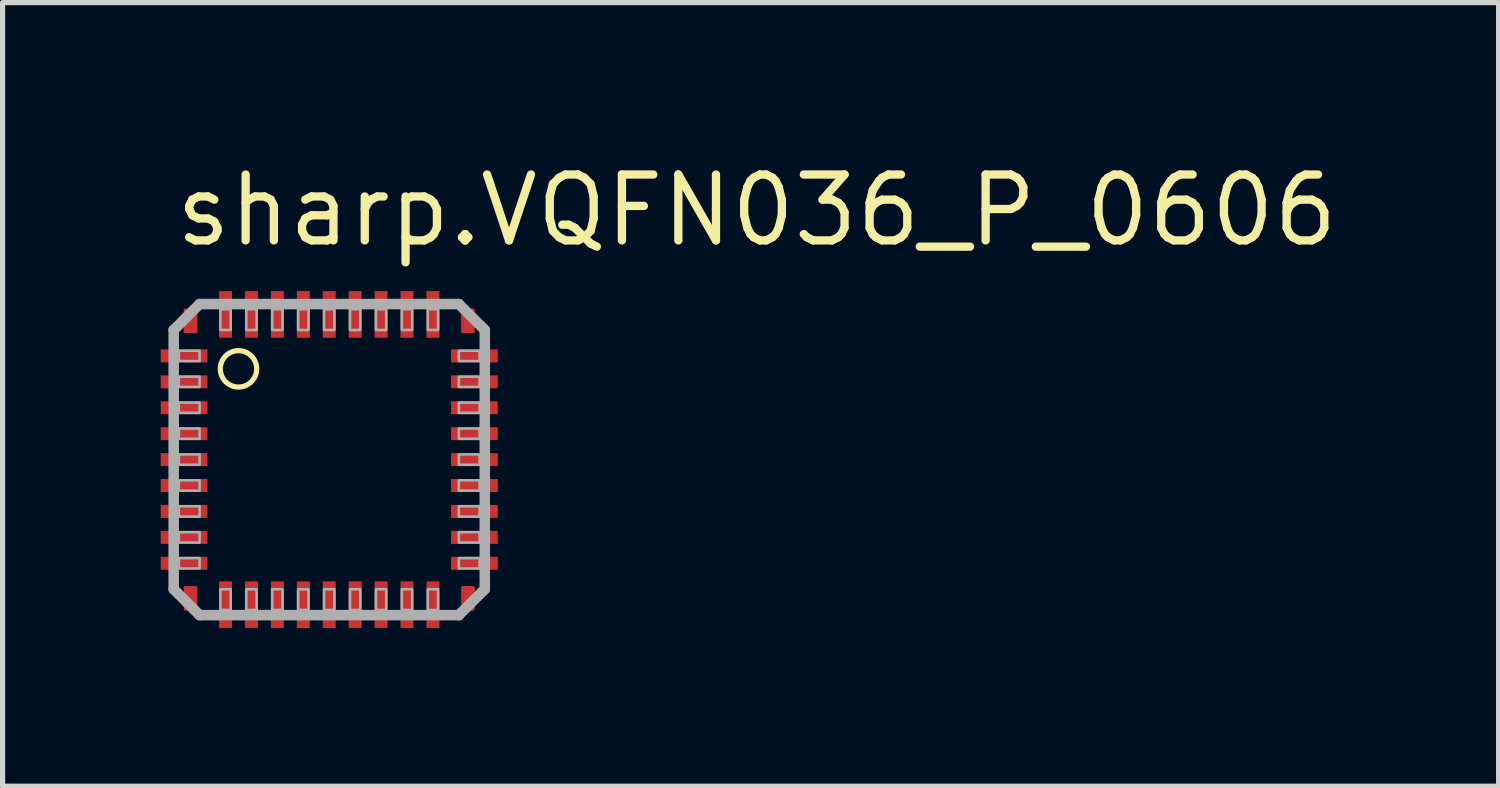
<source format=kicad_pcb>
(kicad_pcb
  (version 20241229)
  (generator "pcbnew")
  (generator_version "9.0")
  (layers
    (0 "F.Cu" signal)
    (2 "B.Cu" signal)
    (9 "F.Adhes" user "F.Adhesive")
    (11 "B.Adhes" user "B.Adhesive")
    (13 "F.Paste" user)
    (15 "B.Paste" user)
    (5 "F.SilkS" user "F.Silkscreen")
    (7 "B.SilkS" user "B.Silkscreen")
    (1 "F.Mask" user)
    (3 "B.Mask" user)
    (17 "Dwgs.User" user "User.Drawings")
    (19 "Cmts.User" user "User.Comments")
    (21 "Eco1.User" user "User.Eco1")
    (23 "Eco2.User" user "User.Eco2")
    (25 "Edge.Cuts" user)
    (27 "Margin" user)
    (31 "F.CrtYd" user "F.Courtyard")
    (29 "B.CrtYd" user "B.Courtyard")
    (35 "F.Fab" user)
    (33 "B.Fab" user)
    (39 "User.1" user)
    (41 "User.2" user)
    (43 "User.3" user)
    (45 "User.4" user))
  (footprint "sharp.VQFN036_P_0606"
    (layer "F.Cu")
    (at 3.3 5.814)
    (property "Reference" "sharp.VQFN036_P_0606" (at -3.048 -4.064 0) (layer "F.SilkS") (effects (font (size 1.27 1.27) (thickness 0.16)) (justify left bottom)))
    (attr smd)
    (fp_rect (start -2.781 2.887) (end -2.569 2.463) (stroke (width 0.05) (type default)) (fill yes) (layer "F.Cu"))
    (fp_rect (start -2.781 -2.463) (end -2.569 -2.887) (stroke (width 0.05) (type default)) (fill yes) (layer "F.Cu"))
    (fp_rect (start 2.569 2.887) (end 2.781 2.463) (stroke (width 0.05) (type default)) (fill yes) (layer "F.Cu"))
    (fp_rect (start 2.569 -2.463) (end 2.781 -2.887) (stroke (width 0.05) (type default)) (fill yes) (layer "F.Cu"))
    (fp_rect (start -3.275 -1.85) (end -2.325 -2.15) (stroke (width 0.05) (type default)) (fill yes) (layer "F.Mask"))
    (fp_rect (start -3.275 -1.35) (end -2.325 -1.65) (stroke (width 0.05) (type default)) (fill yes) (layer "F.Mask"))
    (fp_rect (start -3.275 -0.85) (end -2.325 -1.15) (stroke (width 0.05) (type default)) (fill yes) (layer "F.Mask"))
    (fp_rect (start -3.275 -0.35) (end -2.325 -0.65) (stroke (width 0.05) (type default)) (fill yes) (layer "F.Mask"))
    (fp_rect (start -3.275 0.15) (end -2.325 -0.15) (stroke (width 0.05) (type default)) (fill yes) (layer "F.Mask"))
    (fp_rect (start -3.275 0.65) (end -2.325 0.35) (stroke (width 0.05) (type default)) (fill yes) (layer "F.Mask"))
    (fp_rect (start -3.275 1.15) (end -2.325 0.85) (stroke (width 0.05) (type default)) (fill yes) (layer "F.Mask"))
    (fp_rect (start -3.275 1.65) (end -2.325 1.35) (stroke (width 0.05) (type default)) (fill yes) (layer "F.Mask"))
    (fp_rect (start -3.275 2.15) (end -2.325 1.85) (stroke (width 0.05) (type default)) (fill yes) (layer "F.Mask"))
    (fp_rect (start -2.799 -2.445) (end -2.551 -2.905) (stroke (width 0.05) (type default)) (fill yes) (layer "F.Mask"))
    (fp_rect (start -2.799 2.905) (end -2.551 2.445) (stroke (width 0.05) (type default)) (fill yes) (layer "F.Mask"))
    (fp_rect (start -2.15 -2.325) (end -1.85 -3.275) (stroke (width 0.05) (type default)) (fill yes) (layer "F.Mask"))
    (fp_rect (start -2.15 3.275) (end -1.85 2.325) (stroke (width 0.05) (type default)) (fill yes) (layer "F.Mask"))
    (fp_rect (start -1.65 -2.325) (end -1.35 -3.275) (stroke (width 0.05) (type default)) (fill yes) (layer "F.Mask"))
    (fp_rect (start -1.65 3.275) (end -1.35 2.325) (stroke (width 0.05) (type default)) (fill yes) (layer "F.Mask"))
    (fp_rect (start -1.15 -2.325) (end -0.85 -3.275) (stroke (width 0.05) (type default)) (fill yes) (layer "F.Mask"))
    (fp_rect (start -1.15 3.275) (end -0.85 2.325) (stroke (width 0.05) (type default)) (fill yes) (layer "F.Mask"))
    (fp_rect (start -0.65 -2.325) (end -0.35 -3.275) (stroke (width 0.05) (type default)) (fill yes) (layer "F.Mask"))
    (fp_rect (start -0.65 3.275) (end -0.35 2.325) (stroke (width 0.05) (type default)) (fill yes) (layer "F.Mask"))
    (fp_rect (start -0.15 -2.325) (end 0.15 -3.275) (stroke (width 0.05) (type default)) (fill yes) (layer "F.Mask"))
    (fp_rect (start -0.15 3.275) (end 0.15 2.325) (stroke (width 0.05) (type default)) (fill yes) (layer "F.Mask"))
    (fp_rect (start 0.35 -2.325) (end 0.65 -3.275) (stroke (width 0.05) (type default)) (fill yes) (layer "F.Mask"))
    (fp_rect (start 0.35 3.275) (end 0.65 2.325) (stroke (width 0.05) (type default)) (fill yes) (layer "F.Mask"))
    (fp_rect (start 0.85 -2.325) (end 1.15 -3.275) (stroke (width 0.05) (type default)) (fill yes) (layer "F.Mask"))
    (fp_rect (start 0.85 3.275) (end 1.15 2.325) (stroke (width 0.05) (type default)) (fill yes) (layer "F.Mask"))
    (fp_rect (start 1.35 -2.325) (end 1.65 -3.275) (stroke (width 0.05) (type default)) (fill yes) (layer "F.Mask"))
    (fp_rect (start 1.35 3.275) (end 1.65 2.325) (stroke (width 0.05) (type default)) (fill yes) (layer "F.Mask"))
    (fp_rect (start 1.85 -2.325) (end 2.15 -3.275) (stroke (width 0.05) (type default)) (fill yes) (layer "F.Mask"))
    (fp_rect (start 1.85 3.275) (end 2.15 2.325) (stroke (width 0.05) (type default)) (fill yes) (layer "F.Mask"))
    (fp_rect (start 2.325 -1.85) (end 3.275 -2.15) (stroke (width 0.05) (type default)) (fill yes) (layer "F.Mask"))
    (fp_rect (start 2.325 -1.35) (end 3.275 -1.65) (stroke (width 0.05) (type default)) (fill yes) (layer "F.Mask"))
    (fp_rect (start 2.325 -0.85) (end 3.275 -1.15) (stroke (width 0.05) (type default)) (fill yes) (layer "F.Mask"))
    (fp_rect (start 2.325 -0.35) (end 3.275 -0.65) (stroke (width 0.05) (type default)) (fill yes) (layer "F.Mask"))
    (fp_rect (start 2.325 0.15) (end 3.275 -0.15) (stroke (width 0.05) (type default)) (fill yes) (layer "F.Mask"))
    (fp_rect (start 2.325 0.65) (end 3.275 0.35) (stroke (width 0.05) (type default)) (fill yes) (layer "F.Mask"))
    (fp_rect (start 2.325 1.15) (end 3.275 0.85) (stroke (width 0.05) (type default)) (fill yes) (layer "F.Mask"))
    (fp_rect (start 2.325 1.65) (end 3.275 1.35) (stroke (width 0.05) (type default)) (fill yes) (layer "F.Mask"))
    (fp_rect (start 2.325 2.15) (end 3.275 1.85) (stroke (width 0.05) (type default)) (fill yes) (layer "F.Mask"))
    (fp_rect (start 2.551 -2.445) (end 2.799 -2.905) (stroke (width 0.05) (type default)) (fill yes) (layer "F.Mask"))
    (fp_rect (start 2.551 2.905) (end 2.799 2.445) (stroke (width 0.05) (type default)) (fill yes) (layer "F.Mask"))
    (fp_circle (center -1.75 -1.75) (end -1.399 -1.75) (stroke (width 0.1) (type default)) (fill no) (layer "F.SilkS"))
    (fp_rect (start -3.2 -1.9) (end -2.4 -2.1) (stroke (width 0.05) (type default)) (fill yes) (layer "F.Paste"))
    (fp_rect (start -3.2 -1.4) (end -2.4 -1.6) (stroke (width 0.05) (type default)) (fill yes) (layer "F.Paste"))
    (fp_rect (start -3.2 -0.9) (end -2.4 -1.1) (stroke (width 0.05) (type default)) (fill yes) (layer "F.Paste"))
    (fp_rect (start -3.2 -0.4) (end -2.4 -0.6) (stroke (width 0.05) (type default)) (fill yes) (layer "F.Paste"))
    (fp_rect (start -3.2 0.1) (end -2.4 -0.1) (stroke (width 0.05) (type default)) (fill yes) (layer "F.Paste"))
    (fp_rect (start -3.2 0.6) (end -2.4 0.4) (stroke (width 0.05) (type default)) (fill yes) (layer "F.Paste"))
    (fp_rect (start -3.2 1.1) (end -2.4 0.9) (stroke (width 0.05) (type default)) (fill yes) (layer "F.Paste"))
    (fp_rect (start -3.2 1.6) (end -2.4 1.4) (stroke (width 0.05) (type default)) (fill yes) (layer "F.Paste"))
    (fp_rect (start -3.2 2.1) (end -2.4 1.9) (stroke (width 0.05) (type default)) (fill yes) (layer "F.Paste"))
    (fp_rect (start -2.764 2.869) (end -2.587 2.48) (stroke (width 0.05) (type default)) (fill yes) (layer "F.Paste"))
    (fp_rect (start -2.763 -2.481) (end -2.587 -2.87) (stroke (width 0.05) (type default)) (fill yes) (layer "F.Paste"))
    (fp_rect (start -2.1 -2.4) (end -1.9 -3.2) (stroke (width 0.05) (type default)) (fill yes) (layer "F.Paste"))
    (fp_rect (start -2.1 3.2) (end -1.9 2.4) (stroke (width 0.05) (type default)) (fill yes) (layer "F.Paste"))
    (fp_rect (start -1.6 -2.4) (end -1.4 -3.2) (stroke (width 0.05) (type default)) (fill yes) (layer "F.Paste"))
    (fp_rect (start -1.6 3.2) (end -1.4 2.4) (stroke (width 0.05) (type default)) (fill yes) (layer "F.Paste"))
    (fp_rect (start -1.1 -2.4) (end -0.9 -3.2) (stroke (width 0.05) (type default)) (fill yes) (layer "F.Paste"))
    (fp_rect (start -1.1 3.2) (end -0.9 2.4) (stroke (width 0.05) (type default)) (fill yes) (layer "F.Paste"))
    (fp_rect (start -0.6 -2.4) (end -0.4 -3.2) (stroke (width 0.05) (type default)) (fill yes) (layer "F.Paste"))
    (fp_rect (start -0.6 3.2) (end -0.4 2.4) (stroke (width 0.05) (type default)) (fill yes) (layer "F.Paste"))
    (fp_rect (start -0.1 -2.4) (end 0.1 -3.2) (stroke (width 0.05) (type default)) (fill yes) (layer "F.Paste"))
    (fp_rect (start -0.1 3.2) (end 0.1 2.4) (stroke (width 0.05) (type default)) (fill yes) (layer "F.Paste"))
    (fp_rect (start 0.4 -2.4) (end 0.6 -3.2) (stroke (width 0.05) (type default)) (fill yes) (layer "F.Paste"))
    (fp_rect (start 0.4 3.2) (end 0.6 2.4) (stroke (width 0.05) (type default)) (fill yes) (layer "F.Paste"))
    (fp_rect (start 0.9 -2.4) (end 1.1 -3.2) (stroke (width 0.05) (type default)) (fill yes) (layer "F.Paste"))
    (fp_rect (start 0.9 3.2) (end 1.1 2.4) (stroke (width 0.05) (type default)) (fill yes) (layer "F.Paste"))
    (fp_rect (start 1.4 -2.4) (end 1.6 -3.2) (stroke (width 0.05) (type default)) (fill yes) (layer "F.Paste"))
    (fp_rect (start 1.4 3.2) (end 1.6 2.4) (stroke (width 0.05) (type default)) (fill yes) (layer "F.Paste"))
    (fp_rect (start 1.9 -2.4) (end 2.1 -3.2) (stroke (width 0.05) (type default)) (fill yes) (layer "F.Paste"))
    (fp_rect (start 1.9 3.2) (end 2.1 2.4) (stroke (width 0.05) (type default)) (fill yes) (layer "F.Paste"))
    (fp_rect (start 2.4 -1.9) (end 3.2 -2.1) (stroke (width 0.05) (type default)) (fill yes) (layer "F.Paste"))
    (fp_rect (start 2.4 -1.4) (end 3.2 -1.6) (stroke (width 0.05) (type default)) (fill yes) (layer "F.Paste"))
    (fp_rect (start 2.4 -0.9) (end 3.2 -1.1) (stroke (width 0.05) (type default)) (fill yes) (layer "F.Paste"))
    (fp_rect (start 2.4 -0.4) (end 3.2 -0.6) (stroke (width 0.05) (type default)) (fill yes) (layer "F.Paste"))
    (fp_rect (start 2.4 0.1) (end 3.2 -0.1) (stroke (width 0.05) (type default)) (fill yes) (layer "F.Paste"))
    (fp_rect (start 2.4 0.6) (end 3.2 0.4) (stroke (width 0.05) (type default)) (fill yes) (layer "F.Paste"))
    (fp_rect (start 2.4 1.1) (end 3.2 0.9) (stroke (width 0.05) (type default)) (fill yes) (layer "F.Paste"))
    (fp_rect (start 2.4 1.6) (end 3.2 1.4) (stroke (width 0.05) (type default)) (fill yes) (layer "F.Paste"))
    (fp_rect (start 2.4 2.1) (end 3.2 1.9) (stroke (width 0.05) (type default)) (fill yes) (layer "F.Paste"))
    (fp_rect (start 2.587 2.87) (end 2.763 2.481) (stroke (width 0.05) (type default)) (fill yes) (layer "F.Paste"))
    (fp_rect (start 2.587 -2.48) (end 2.764 -2.869) (stroke (width 0.05) (type default)) (fill yes) (layer "F.Paste"))
    (fp_line (start -3 -2.5) (end -2.5 -3) (stroke (width 0.203) (type default)) (layer "F.Fab"))
    (fp_line (start -3 2.5) (end -3 -2.5) (stroke (width 0.203) (type default)) (layer "F.Fab"))
    (fp_line (start -2.5 -3) (end 2.5 -3) (stroke (width 0.203) (type default)) (layer "F.Fab"))
    (fp_line (start -2.5 3) (end -3 2.5) (stroke (width 0.203) (type default)) (layer "F.Fab"))
    (fp_line (start 2.5 -3) (end 3 -2.5) (stroke (width 0.203) (type default)) (layer "F.Fab"))
    (fp_line (start 2.5 3) (end -2.5 3) (stroke (width 0.203) (type default)) (layer "F.Fab"))
    (fp_line (start 3 -2.5) (end 3 2.5) (stroke (width 0.203) (type default)) (layer "F.Fab"))
    (fp_line (start 3 2.5) (end 2.5 3) (stroke (width 0.203) (type default)) (layer "F.Fab"))
    (fp_rect (start -2.9 -1.9) (end -2.5 -2.1) (stroke (width 0.05) (type default)) (fill no) (layer "F.Fab"))
    (fp_rect (start -2.9 -1.4) (end -2.5 -1.6) (stroke (width 0.05) (type default)) (fill no) (layer "F.Fab"))
    (fp_rect (start -2.9 -0.9) (end -2.5 -1.1) (stroke (width 0.05) (type default)) (fill no) (layer "F.Fab"))
    (fp_rect (start -2.9 -0.4) (end -2.5 -0.6) (stroke (width 0.05) (type default)) (fill no) (layer "F.Fab"))
    (fp_rect (start -2.9 0.1) (end -2.5 -0.1) (stroke (width 0.05) (type default)) (fill no) (layer "F.Fab"))
    (fp_rect (start -2.9 0.6) (end -2.5 0.4) (stroke (width 0.05) (type default)) (fill no) (layer "F.Fab"))
    (fp_rect (start -2.9 1.1) (end -2.5 0.9) (stroke (width 0.05) (type default)) (fill no) (layer "F.Fab"))
    (fp_rect (start -2.9 1.6) (end -2.5 1.4) (stroke (width 0.05) (type default)) (fill no) (layer "F.Fab"))
    (fp_rect (start -2.9 2.1) (end -2.5 1.9) (stroke (width 0.05) (type default)) (fill no) (layer "F.Fab"))
    (fp_rect (start -2.1 -2.5) (end -1.9 -2.9) (stroke (width 0.05) (type default)) (fill no) (layer "F.Fab"))
    (fp_rect (start -2.1 2.9) (end -1.9 2.5) (stroke (width 0.05) (type default)) (fill no) (layer "F.Fab"))
    (fp_rect (start -1.6 -2.5) (end -1.4 -2.9) (stroke (width 0.05) (type default)) (fill no) (layer "F.Fab"))
    (fp_rect (start -1.6 2.9) (end -1.4 2.5) (stroke (width 0.05) (type default)) (fill no) (layer "F.Fab"))
    (fp_rect (start -1.1 -2.5) (end -0.9 -2.9) (stroke (width 0.05) (type default)) (fill no) (layer "F.Fab"))
    (fp_rect (start -1.1 2.9) (end -0.9 2.5) (stroke (width 0.05) (type default)) (fill no) (layer "F.Fab"))
    (fp_rect (start -0.6 -2.5) (end -0.4 -2.9) (stroke (width 0.05) (type default)) (fill no) (layer "F.Fab"))
    (fp_rect (start -0.6 2.9) (end -0.4 2.5) (stroke (width 0.05) (type default)) (fill no) (layer "F.Fab"))
    (fp_rect (start -0.1 -2.5) (end 0.1 -2.9) (stroke (width 0.05) (type default)) (fill no) (layer "F.Fab"))
    (fp_rect (start -0.1 2.9) (end 0.1 2.5) (stroke (width 0.05) (type default)) (fill no) (layer "F.Fab"))
    (fp_rect (start 0.4 -2.5) (end 0.6 -2.9) (stroke (width 0.05) (type default)) (fill no) (layer "F.Fab"))
    (fp_rect (start 0.4 2.9) (end 0.6 2.5) (stroke (width 0.05) (type default)) (fill no) (layer "F.Fab"))
    (fp_rect (start 0.9 -2.5) (end 1.1 -2.9) (stroke (width 0.05) (type default)) (fill no) (layer "F.Fab"))
    (fp_rect (start 0.9 2.9) (end 1.1 2.5) (stroke (width 0.05) (type default)) (fill no) (layer "F.Fab"))
    (fp_rect (start 1.4 -2.5) (end 1.6 -2.9) (stroke (width 0.05) (type default)) (fill no) (layer "F.Fab"))
    (fp_rect (start 1.4 2.9) (end 1.6 2.5) (stroke (width 0.05) (type default)) (fill no) (layer "F.Fab"))
    (fp_rect (start 1.9 -2.5) (end 2.1 -2.9) (stroke (width 0.05) (type default)) (fill no) (layer "F.Fab"))
    (fp_rect (start 1.9 2.9) (end 2.1 2.5) (stroke (width 0.05) (type default)) (fill no) (layer "F.Fab"))
    (fp_rect (start 2.5 -1.9) (end 2.9 -2.1) (stroke (width 0.05) (type default)) (fill no) (layer "F.Fab"))
    (fp_rect (start 2.5 -1.4) (end 2.9 -1.6) (stroke (width 0.05) (type default)) (fill no) (layer "F.Fab"))
    (fp_rect (start 2.5 -0.9) (end 2.9 -1.1) (stroke (width 0.05) (type default)) (fill no) (layer "F.Fab"))
    (fp_rect (start 2.5 -0.4) (end 2.9 -0.6) (stroke (width 0.05) (type default)) (fill no) (layer "F.Fab"))
    (fp_rect (start 2.5 0.1) (end 2.9 -0.1) (stroke (width 0.05) (type default)) (fill no) (layer "F.Fab"))
    (fp_rect (start 2.5 0.6) (end 2.9 0.4) (stroke (width 0.05) (type default)) (fill no) (layer "F.Fab"))
    (fp_rect (start 2.5 1.1) (end 2.9 0.9) (stroke (width 0.05) (type default)) (fill no) (layer "F.Fab"))
    (fp_rect (start 2.5 1.6) (end 2.9 1.4) (stroke (width 0.05) (type default)) (fill no) (layer "F.Fab"))
    (fp_rect (start 2.5 2.1) (end 2.9 1.9) (stroke (width 0.05) (type default)) (fill no) (layer "F.Fab"))
    (pad "1" smd roundrect (at -2.8 -2) (size 0.9 0.25) (layers "F.Cu" "F.Mask" "F.Paste") (roundrect_rratio 0.01))
    (pad "2" smd roundrect (at -2.8 -1.5) (size 0.9 0.25) (layers "F.Cu" "F.Mask" "F.Paste") (roundrect_rratio 0.01))
    (pad "3" smd roundrect (at -2.8 -1) (size 0.9 0.25) (layers "F.Cu" "F.Mask" "F.Paste") (roundrect_rratio 0.01))
    (pad "4" smd roundrect (at -2.8 -0.5) (size 0.9 0.25) (layers "F.Cu" "F.Mask" "F.Paste") (roundrect_rratio 0.01))
    (pad "5" smd roundrect (at -2.8 0) (size 0.9 0.25) (layers "F.Cu" "F.Mask" "F.Paste") (roundrect_rratio 0.01))
    (pad "6" smd roundrect (at -2.8 0.5) (size 0.9 0.25) (layers "F.Cu" "F.Mask" "F.Paste") (roundrect_rratio 0.01))
    (pad "7" smd roundrect (at -2.8 1) (size 0.9 0.25) (layers "F.Cu" "F.Mask" "F.Paste") (roundrect_rratio 0.01))
    (pad "8" smd roundrect (at -2.8 1.5) (size 0.9 0.25) (layers "F.Cu" "F.Mask" "F.Paste") (roundrect_rratio 0.01))
    (pad "9" smd roundrect (at -2.8 2) (size 0.9 0.25) (layers "F.Cu" "F.Mask" "F.Paste") (roundrect_rratio 0.01))
    (pad "10" smd roundrect (at -2 2.8 90) (size 0.9 0.25) (layers "F.Cu" "F.Mask" "F.Paste") (roundrect_rratio 0.01))
    (pad "11" smd roundrect (at -1.5 2.8 90) (size 0.9 0.25) (layers "F.Cu" "F.Mask" "F.Paste") (roundrect_rratio 0.01))
    (pad "12" smd roundrect (at -1 2.8 90) (size 0.9 0.25) (layers "F.Cu" "F.Mask" "F.Paste") (roundrect_rratio 0.01))
    (pad "13" smd roundrect (at -0.5 2.8 90) (size 0.9 0.25) (layers "F.Cu" "F.Mask" "F.Paste") (roundrect_rratio 0.01))
    (pad "14" smd roundrect (at 0 2.8 90) (size 0.9 0.25) (layers "F.Cu" "F.Mask" "F.Paste") (roundrect_rratio 0.01))
    (pad "15" smd roundrect (at 0.5 2.8 90) (size 0.9 0.25) (layers "F.Cu" "F.Mask" "F.Paste") (roundrect_rratio 0.01))
    (pad "16" smd roundrect (at 1 2.8 90) (size 0.9 0.25) (layers "F.Cu" "F.Mask" "F.Paste") (roundrect_rratio 0.01))
    (pad "17" smd roundrect (at 1.5 2.8 90) (size 0.9 0.25) (layers "F.Cu" "F.Mask" "F.Paste") (roundrect_rratio 0.01))
    (pad "18" smd roundrect (at 2 2.8 90) (size 0.9 0.25) (layers "F.Cu" "F.Mask" "F.Paste") (roundrect_rratio 0.01))
    (pad "19" smd roundrect (at 2.8 2 180) (size 0.9 0.25) (layers "F.Cu" "F.Mask" "F.Paste") (roundrect_rratio 0.01))
    (pad "20" smd roundrect (at 2.8 1.5 180) (size 0.9 0.25) (layers "F.Cu" "F.Mask" "F.Paste") (roundrect_rratio 0.01))
    (pad "21" smd roundrect (at 2.8 1 180) (size 0.9 0.25) (layers "F.Cu" "F.Mask" "F.Paste") (roundrect_rratio 0.01))
    (pad "22" smd roundrect (at 2.8 0.5 180) (size 0.9 0.25) (layers "F.Cu" "F.Mask" "F.Paste") (roundrect_rratio 0.01))
    (pad "23" smd roundrect (at 2.8 0 180) (size 0.9 0.25) (layers "F.Cu" "F.Mask" "F.Paste") (roundrect_rratio 0.01))
    (pad "24" smd roundrect (at 2.8 -0.5 180) (size 0.9 0.25) (layers "F.Cu" "F.Mask" "F.Paste") (roundrect_rratio 0.01))
    (pad "25" smd roundrect (at 2.8 -1 180) (size 0.9 0.25) (layers "F.Cu" "F.Mask" "F.Paste") (roundrect_rratio 0.01))
    (pad "26" smd roundrect (at 2.8 -1.5 180) (size 0.9 0.25) (layers "F.Cu" "F.Mask" "F.Paste") (roundrect_rratio 0.01))
    (pad "27" smd roundrect (at 2.8 -2 180) (size 0.9 0.25) (layers "F.Cu" "F.Mask" "F.Paste") (roundrect_rratio 0.01))
    (pad "28" smd roundrect (at 2 -2.8 270) (size 0.9 0.25) (layers "F.Cu" "F.Mask" "F.Paste") (roundrect_rratio 0.01))
    (pad "29" smd roundrect (at 1.5 -2.8 270) (size 0.9 0.25) (layers "F.Cu" "F.Mask" "F.Paste") (roundrect_rratio 0.01))
    (pad "30" smd roundrect (at 1 -2.8 270) (size 0.9 0.25) (layers "F.Cu" "F.Mask" "F.Paste") (roundrect_rratio 0.01))
    (pad "31" smd roundrect (at 0.5 -2.8 270) (size 0.9 0.25) (layers "F.Cu" "F.Mask" "F.Paste") (roundrect_rratio 0.01))
    (pad "32" smd roundrect (at 0 -2.8 270) (size 0.9 0.25) (layers "F.Cu" "F.Mask" "F.Paste") (roundrect_rratio 0.01))
    (pad "33" smd roundrect (at -0.5 -2.8 270) (size 0.9 0.25) (layers "F.Cu" "F.Mask" "F.Paste") (roundrect_rratio 0.01))
    (pad "34" smd roundrect (at -1 -2.8 270) (size 0.9 0.25) (layers "F.Cu" "F.Mask" "F.Paste") (roundrect_rratio 0.01))
    (pad "35" smd roundrect (at -1.5 -2.8 270) (size 0.9 0.25) (layers "F.Cu" "F.Mask" "F.Paste") (roundrect_rratio 0.01))
    (pad "36" smd roundrect (at -2 -2.8 270) (size 0.9 0.25) (layers "F.Cu" "F.Mask" "F.Paste") (roundrect_rratio 0.01)))
  (gr_rect
    (start -3 -3)
    (end 25.854 12.114)
    (stroke (width 0.1) (type default))
    (fill no)
    (layer "Edge.Cuts")))
</source>
